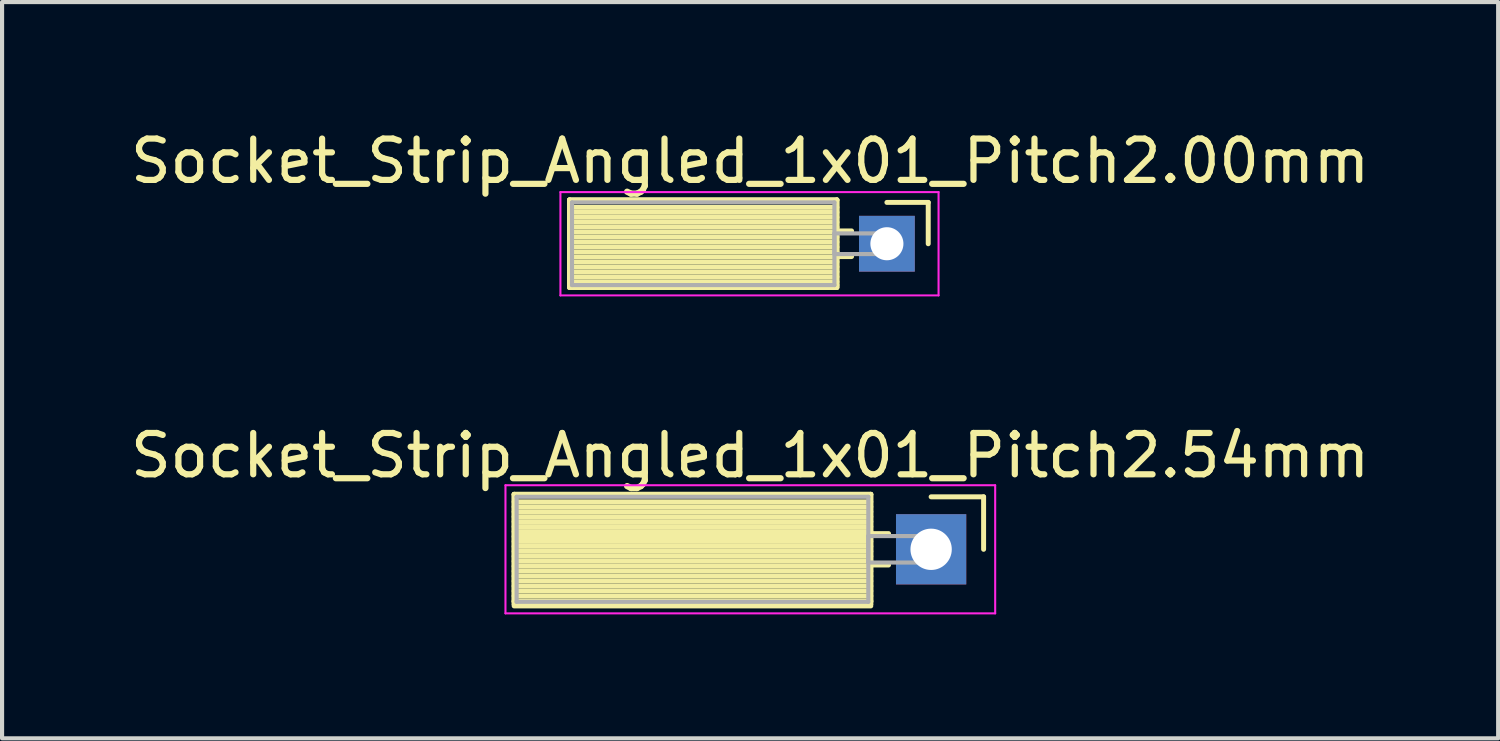
<source format=kicad_pcb>
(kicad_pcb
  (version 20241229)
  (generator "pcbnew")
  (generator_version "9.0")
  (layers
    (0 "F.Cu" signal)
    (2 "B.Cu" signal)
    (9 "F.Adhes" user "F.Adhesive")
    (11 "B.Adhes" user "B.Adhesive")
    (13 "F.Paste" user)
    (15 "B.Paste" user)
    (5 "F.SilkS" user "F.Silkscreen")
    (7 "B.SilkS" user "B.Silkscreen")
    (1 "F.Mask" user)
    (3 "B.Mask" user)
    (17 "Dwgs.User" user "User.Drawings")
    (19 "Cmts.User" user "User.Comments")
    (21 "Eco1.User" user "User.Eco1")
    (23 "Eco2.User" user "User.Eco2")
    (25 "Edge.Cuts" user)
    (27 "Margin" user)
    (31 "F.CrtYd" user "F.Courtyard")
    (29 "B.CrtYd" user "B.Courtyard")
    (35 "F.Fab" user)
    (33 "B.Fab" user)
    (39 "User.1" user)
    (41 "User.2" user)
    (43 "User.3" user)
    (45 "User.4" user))
  (footprint "Socket_Strip_Angled_1x01_Pitch2.00mm"
    (layer "F.Cu")
    (at 18.411 2.848)
    (property "Reference" "Socket_Strip_Angled_1x01_Pitch2.00mm" (at -3.31 -2 0) (layer "F.SilkS") (effects (font (size 1 1) (thickness 0.15))))
    (attr through_hole)
    (fp_line (start -7.68 -1.06) (end -1.21 -1.06) (stroke (width 0.12) (type solid)) (layer "F.SilkS"))
    (fp_line (start -7.68 -1.06) (end -1.21 -1.06) (stroke (width 0.12) (type solid)) (layer "F.SilkS"))
    (fp_line (start -7.68 1) (end -7.68 -1.06) (stroke (width 0.12) (type solid)) (layer "F.SilkS"))
    (fp_line (start -7.68 1.06) (end -7.68 -1.06) (stroke (width 0.12) (type solid)) (layer "F.SilkS"))
    (fp_line (start -1.21 -1.06) (end -1.21 1) (stroke (width 0.12) (type solid)) (layer "F.SilkS"))
    (fp_line (start -1.21 -1.06) (end -1.21 1.06) (stroke (width 0.12) (type solid)) (layer "F.SilkS"))
    (fp_line (start -1.21 -0.88) (end -7.68 -0.88) (stroke (width 0.12) (type solid)) (layer "F.SilkS"))
    (fp_line (start -1.21 -0.76) (end -7.68 -0.76) (stroke (width 0.12) (type solid)) (layer "F.SilkS"))
    (fp_line (start -1.21 -0.64) (end -7.68 -0.64) (stroke (width 0.12) (type solid)) (layer "F.SilkS"))
    (fp_line (start -1.21 -0.52) (end -7.68 -0.52) (stroke (width 0.12) (type solid)) (layer "F.SilkS"))
    (fp_line (start -1.21 -0.4) (end -7.68 -0.4) (stroke (width 0.12) (type solid)) (layer "F.SilkS"))
    (fp_line (start -1.21 -0.28) (end -7.68 -0.28) (stroke (width 0.12) (type solid)) (layer "F.SilkS"))
    (fp_line (start -1.21 -0.16) (end -7.68 -0.16) (stroke (width 0.12) (type solid)) (layer "F.SilkS"))
    (fp_line (start -1.21 -0.04) (end -7.68 -0.04) (stroke (width 0.12) (type solid)) (layer "F.SilkS"))
    (fp_line (start -1.21 0.08) (end -7.68 0.08) (stroke (width 0.12) (type solid)) (layer "F.SilkS"))
    (fp_line (start -1.21 0.2) (end -7.68 0.2) (stroke (width 0.12) (type solid)) (layer "F.SilkS"))
    (fp_line (start -1.21 0.32) (end -7.68 0.32) (stroke (width 0.12) (type solid)) (layer "F.SilkS"))
    (fp_line (start -1.21 0.44) (end -7.68 0.44) (stroke (width 0.12) (type solid)) (layer "F.SilkS"))
    (fp_line (start -1.21 0.56) (end -7.68 0.56) (stroke (width 0.12) (type solid)) (layer "F.SilkS"))
    (fp_line (start -1.21 0.68) (end -7.68 0.68) (stroke (width 0.12) (type solid)) (layer "F.SilkS"))
    (fp_line (start -1.21 0.8) (end -7.68 0.8) (stroke (width 0.12) (type solid)) (layer "F.SilkS"))
    (fp_line (start -1.21 0.92) (end -7.68 0.92) (stroke (width 0.12) (type solid)) (layer "F.SilkS"))
    (fp_line (start -1.21 1) (end -7.68 1) (stroke (width 0.12) (type solid)) (layer "F.SilkS"))
    (fp_line (start -1.21 1.04) (end -7.68 1.04) (stroke (width 0.12) (type solid)) (layer "F.SilkS"))
    (fp_line (start -1.21 1.06) (end -7.68 1.06) (stroke (width 0.12) (type solid)) (layer "F.SilkS"))
    (fp_line (start -0.855 -0.31) (end -1.21 -0.31) (stroke (width 0.12) (type solid)) (layer "F.SilkS"))
    (fp_line (start -0.855 0.31) (end -1.21 0.31) (stroke (width 0.12) (type solid)) (layer "F.SilkS"))
    (fp_line (start 0 -1) (end 1 -1) (stroke (width 0.12) (type solid)) (layer "F.SilkS"))
    (fp_line (start 1 -1) (end 1 0) (stroke (width 0.12) (type solid)) (layer "F.SilkS"))
    (fp_line (start -7.9 -1.25) (end 1.25 -1.25) (stroke (width 0.05) (type solid)) (layer "F.CrtYd"))
    (fp_line (start -7.9 1.25) (end -7.9 -1.25) (stroke (width 0.05) (type solid)) (layer "F.CrtYd"))
    (fp_line (start 1.25 -1.25) (end 1.25 1.25) (stroke (width 0.05) (type solid)) (layer "F.CrtYd"))
    (fp_line (start 1.25 1.25) (end -7.9 1.25) (stroke (width 0.05) (type solid)) (layer "F.CrtYd"))
    (fp_line (start -7.62 -1) (end -1.27 -1) (stroke (width 0.1) (type solid)) (layer "F.Fab"))
    (fp_line (start -7.62 1) (end -7.62 -1) (stroke (width 0.1) (type solid)) (layer "F.Fab"))
    (fp_line (start -1.27 -1) (end -1.27 1) (stroke (width 0.1) (type solid)) (layer "F.Fab"))
    (fp_line (start -1.27 -0.25) (end 0 -0.25) (stroke (width 0.1) (type solid)) (layer "F.Fab"))
    (fp_line (start -1.27 0.25) (end -1.27 -0.25) (stroke (width 0.1) (type solid)) (layer "F.Fab"))
    (fp_line (start -1.27 1) (end -7.62 1) (stroke (width 0.1) (type solid)) (layer "F.Fab"))
    (fp_line (start 0 -0.25) (end 0 0.25) (stroke (width 0.1) (type solid)) (layer "F.Fab"))
    (fp_line (start 0 0.25) (end -1.27 0.25) (stroke (width 0.1) (type solid)) (layer "F.Fab"))
    (pad "1" thru_hole rect (at 0 0) (size 1.35 1.35) (drill 0.8) (layers "*.Cu" "*.Mask")))
  (footprint "Socket_Strip_Angled_1x01_Pitch2.54mm"
    (layer "F.Cu")
    (at 19.481 10.242)
    (property "Reference" "Socket_Strip_Angled_1x01_Pitch2.54mm" (at -4.38 -2.27 0) (layer "F.SilkS") (effects (font (size 1 1) (thickness 0.15))))
    (attr through_hole)
    (fp_line (start -10.09 -1.33) (end -1.46 -1.33) (stroke (width 0.12) (type solid)) (layer "F.SilkS"))
    (fp_line (start -10.09 -1.33) (end -1.46 -1.33) (stroke (width 0.12) (type solid)) (layer "F.SilkS"))
    (fp_line (start -10.09 1.27) (end -10.09 -1.33) (stroke (width 0.12) (type solid)) (layer "F.SilkS"))
    (fp_line (start -10.09 1.33) (end -10.09 -1.33) (stroke (width 0.12) (type solid)) (layer "F.SilkS"))
    (fp_line (start -1.46 -1.33) (end -1.46 1.27) (stroke (width 0.12) (type solid)) (layer "F.SilkS"))
    (fp_line (start -1.46 -1.33) (end -1.46 1.33) (stroke (width 0.12) (type solid)) (layer "F.SilkS"))
    (fp_line (start -1.46 -1.15) (end -10.09 -1.15) (stroke (width 0.12) (type solid)) (layer "F.SilkS"))
    (fp_line (start -1.46 -1.03) (end -10.09 -1.03) (stroke (width 0.12) (type solid)) (layer "F.SilkS"))
    (fp_line (start -1.46 -0.91) (end -10.09 -0.91) (stroke (width 0.12) (type solid)) (layer "F.SilkS"))
    (fp_line (start -1.46 -0.79) (end -10.09 -0.79) (stroke (width 0.12) (type solid)) (layer "F.SilkS"))
    (fp_line (start -1.46 -0.67) (end -10.09 -0.67) (stroke (width 0.12) (type solid)) (layer "F.SilkS"))
    (fp_line (start -1.46 -0.55) (end -10.09 -0.55) (stroke (width 0.12) (type solid)) (layer "F.SilkS"))
    (fp_line (start -1.46 -0.43) (end -10.09 -0.43) (stroke (width 0.12) (type solid)) (layer "F.SilkS"))
    (fp_line (start -1.46 -0.31) (end -10.09 -0.31) (stroke (width 0.12) (type solid)) (layer "F.SilkS"))
    (fp_line (start -1.46 -0.19) (end -10.09 -0.19) (stroke (width 0.12) (type solid)) (layer "F.SilkS"))
    (fp_line (start -1.46 -0.07) (end -10.09 -0.07) (stroke (width 0.12) (type solid)) (layer "F.SilkS"))
    (fp_line (start -1.46 0.05) (end -10.09 0.05) (stroke (width 0.12) (type solid)) (layer "F.SilkS"))
    (fp_line (start -1.46 0.17) (end -10.09 0.17) (stroke (width 0.12) (type solid)) (layer "F.SilkS"))
    (fp_line (start -1.46 0.29) (end -10.09 0.29) (stroke (width 0.12) (type solid)) (layer "F.SilkS"))
    (fp_line (start -1.46 0.41) (end -10.09 0.41) (stroke (width 0.12) (type solid)) (layer "F.SilkS"))
    (fp_line (start -1.46 0.53) (end -10.09 0.53) (stroke (width 0.12) (type solid)) (layer "F.SilkS"))
    (fp_line (start -1.46 0.65) (end -10.09 0.65) (stroke (width 0.12) (type solid)) (layer "F.SilkS"))
    (fp_line (start -1.46 0.77) (end -10.09 0.77) (stroke (width 0.12) (type solid)) (layer "F.SilkS"))
    (fp_line (start -1.46 0.89) (end -10.09 0.89) (stroke (width 0.12) (type solid)) (layer "F.SilkS"))
    (fp_line (start -1.46 1.01) (end -10.09 1.01) (stroke (width 0.12) (type solid)) (layer "F.SilkS"))
    (fp_line (start -1.46 1.13) (end -10.09 1.13) (stroke (width 0.12) (type solid)) (layer "F.SilkS"))
    (fp_line (start -1.46 1.25) (end -10.09 1.25) (stroke (width 0.12) (type solid)) (layer "F.SilkS"))
    (fp_line (start -1.46 1.27) (end -10.09 1.27) (stroke (width 0.12) (type solid)) (layer "F.SilkS"))
    (fp_line (start -1.46 1.33) (end -10.09 1.33) (stroke (width 0.12) (type solid)) (layer "F.SilkS"))
    (fp_line (start -1.46 1.37) (end -10.09 1.37) (stroke (width 0.12) (type solid)) (layer "F.SilkS"))
    (fp_line (start -1.03 -0.38) (end -1.46 -0.38) (stroke (width 0.12) (type solid)) (layer "F.SilkS"))
    (fp_line (start -1.03 0.38) (end -1.46 0.38) (stroke (width 0.12) (type solid)) (layer "F.SilkS"))
    (fp_line (start 0 -1.27) (end 1.27 -1.27) (stroke (width 0.12) (type solid)) (layer "F.SilkS"))
    (fp_line (start 1.27 -1.27) (end 1.27 0) (stroke (width 0.12) (type solid)) (layer "F.SilkS"))
    (fp_line (start -10.3 -1.55) (end 1.55 -1.55) (stroke (width 0.05) (type solid)) (layer "F.CrtYd"))
    (fp_line (start -10.3 1.55) (end -10.3 -1.55) (stroke (width 0.05) (type solid)) (layer "F.CrtYd"))
    (fp_line (start 1.55 -1.55) (end 1.55 1.55) (stroke (width 0.05) (type solid)) (layer "F.CrtYd"))
    (fp_line (start 1.55 1.55) (end -10.3 1.55) (stroke (width 0.05) (type solid)) (layer "F.CrtYd"))
    (fp_line (start -10.03 -1.27) (end -1.52 -1.27) (stroke (width 0.1) (type solid)) (layer "F.Fab"))
    (fp_line (start -10.03 1.27) (end -10.03 -1.27) (stroke (width 0.1) (type solid)) (layer "F.Fab"))
    (fp_line (start -1.52 -1.27) (end -1.52 1.27) (stroke (width 0.1) (type solid)) (layer "F.Fab"))
    (fp_line (start -1.52 -0.32) (end 0 -0.32) (stroke (width 0.1) (type solid)) (layer "F.Fab"))
    (fp_line (start -1.52 0.32) (end -1.52 -0.32) (stroke (width 0.1) (type solid)) (layer "F.Fab"))
    (fp_line (start -1.52 1.27) (end -10.03 1.27) (stroke (width 0.1) (type solid)) (layer "F.Fab"))
    (fp_line (start 0 -0.32) (end 0 0.32) (stroke (width 0.1) (type solid)) (layer "F.Fab"))
    (fp_line (start 0 0.32) (end -1.52 0.32) (stroke (width 0.1) (type solid)) (layer "F.Fab"))
    (pad "1" thru_hole rect (at 0 0) (size 1.7 1.7) (drill 1) (layers "*.Cu" "*.Mask")))
  (gr_rect
    (start -3 -3)
    (end 33.202 14.816)
    (stroke (width 0.1) (type default))
    (fill no)
    (layer "Edge.Cuts")))
</source>
